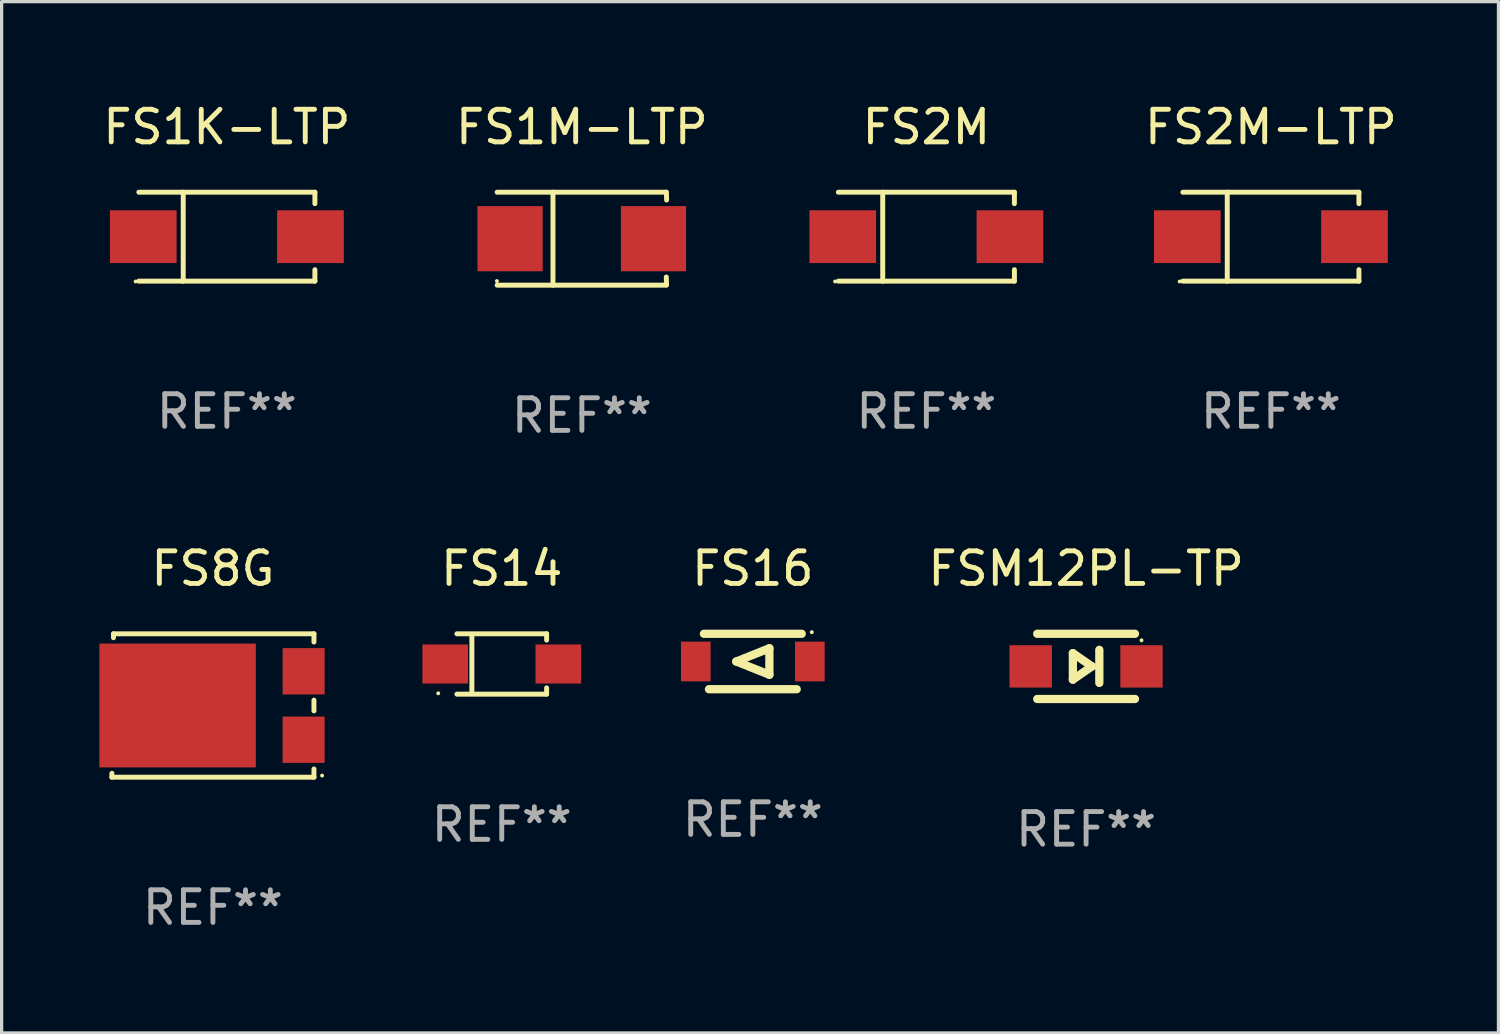
<source format=kicad_pcb>
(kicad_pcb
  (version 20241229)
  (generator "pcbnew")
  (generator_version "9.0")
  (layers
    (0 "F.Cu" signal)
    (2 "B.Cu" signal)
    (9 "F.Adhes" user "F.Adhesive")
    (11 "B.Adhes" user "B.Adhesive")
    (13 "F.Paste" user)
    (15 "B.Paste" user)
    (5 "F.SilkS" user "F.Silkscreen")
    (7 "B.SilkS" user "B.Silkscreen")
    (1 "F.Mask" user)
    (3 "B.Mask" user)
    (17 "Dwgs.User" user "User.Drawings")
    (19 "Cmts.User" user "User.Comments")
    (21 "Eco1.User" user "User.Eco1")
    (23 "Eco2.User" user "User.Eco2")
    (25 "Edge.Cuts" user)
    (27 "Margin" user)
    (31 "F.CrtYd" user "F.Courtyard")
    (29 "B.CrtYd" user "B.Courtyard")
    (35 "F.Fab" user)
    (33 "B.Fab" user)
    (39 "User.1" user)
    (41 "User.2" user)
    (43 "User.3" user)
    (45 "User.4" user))
  (footprint "FS2M"
    (layer "F.Cu")
    (at 25.374 4.212)
    (property "Reference" "FS2M" (at 0 -3.364 0) (layer "F.SilkS") (effects (font (size 1 1) (thickness 0.15))))
    (attr through_hole)
    (fp_line (start -2.701 -1.364) (end 2.701 -1.364) (stroke (width 0.152) (type solid)) (layer "F.SilkS"))
    (fp_line (start -2.701 1.364) (end 2.701 1.364) (stroke (width 0.152) (type solid)) (layer "F.SilkS"))
    (fp_line (start -1.339 -1.364) (end -1.339 1.364) (stroke (width 0.152) (type solid)) (layer "F.SilkS"))
    (fp_line (start 2.701 -1.364) (end 2.701 -1.013) (stroke (width 0.152) (type solid)) (layer "F.SilkS"))
    (fp_line (start 2.701 1.364) (end 2.701 1.013) (stroke (width 0.152) (type solid)) (layer "F.SilkS"))
    (fp_circle (center -2.8 1.375) (end -2.77 1.375) (stroke (width 0.06) (type solid)) (fill no) (layer "F.SilkS"))
    (fp_text user "REF**" (at 0 5.364 0) (layer "F.Fab") (effects (font (size 1 1) (thickness 0.15))))
    (pad "1" smd rect (at -2.565 -0.000025) (size 2.046 1.62) (layers "F.Cu" "F.Mask" "F.Paste"))
    (pad "2" smd rect (at 2.565 -0.000025) (size 2.046 1.62) (layers "F.Cu" "F.Mask" "F.Paste")))
  (footprint "FS1K-LTP"
    (layer "F.Cu")
    (at 3.911 4.212)
    (property "Reference" "FS1K-LTP" (at 0 -3.364 0) (layer "F.SilkS") (effects (font (size 1 1) (thickness 0.15))))
    (attr through_hole)
    (fp_line (start -2.701 -1.364) (end 2.701 -1.364) (stroke (width 0.152) (type solid)) (layer "F.SilkS"))
    (fp_line (start -2.701 1.364) (end 2.701 1.364) (stroke (width 0.152) (type solid)) (layer "F.SilkS"))
    (fp_line (start -1.339 -1.364) (end -1.339 1.364) (stroke (width 0.152) (type solid)) (layer "F.SilkS"))
    (fp_line (start 2.701 -1.364) (end 2.701 -1.013) (stroke (width 0.152) (type solid)) (layer "F.SilkS"))
    (fp_line (start 2.701 1.364) (end 2.701 1.013) (stroke (width 0.152) (type solid)) (layer "F.SilkS"))
    (fp_circle (center -2.8 1.375) (end -2.77 1.375) (stroke (width 0.06) (type solid)) (fill no) (layer "F.SilkS"))
    (fp_text user "REF**" (at 0 5.364 0) (layer "F.Fab") (effects (font (size 1 1) (thickness 0.15))))
    (pad "1" smd rect (at -2.565 -0.000025) (size 2.046 1.62) (layers "F.Cu" "F.Mask" "F.Paste"))
    (pad "2" smd rect (at 2.565 -0.000025) (size 2.046 1.62) (layers "F.Cu" "F.Mask" "F.Paste")))
  (footprint "FSM12PL-TP"
    (layer "F.Cu")
    (at 30.275 17.397)
    (property "Reference" "FSM12PL-TP" (at 0 -3 0) (layer "F.SilkS") (effects (font (size 1 1) (thickness 0.15))))
    (attr through_hole)
    (fp_line (start -1.5 -1) (end 1.5 -1) (stroke (width 0.254) (type solid)) (layer "F.SilkS"))
    (fp_line (start -0.406 -0.406) (end 0.178 0) (stroke (width 0.254) (type solid)) (layer "F.SilkS"))
    (fp_line (start -0.406 0.406) (end -0.406 -0.406) (stroke (width 0.254) (type solid)) (layer "F.SilkS"))
    (fp_line (start 0.178 0) (end -0.406 0.406) (stroke (width 0.254) (type solid)) (layer "F.SilkS"))
    (fp_line (start 0.406 0.508) (end 0.406 -0.508) (stroke (width 0.254) (type solid)) (layer "F.SilkS"))
    (fp_line (start 1.5 1) (end -1.5 1) (stroke (width 0.254) (type solid)) (layer "F.SilkS"))
    (fp_circle (center 1.7 -0.8) (end 1.73 -0.8) (stroke (width 0.06) (type solid)) (fill no) (layer "F.SilkS"))
    (fp_text user "REF**" (at 0 5 0) (layer "F.Fab") (effects (font (size 1 1) (thickness 0.15))))
    (pad "1" smd rect (at 1.7 0 180) (size 1.3 1.3) (layers "F.Cu" "F.Mask" "F.Paste"))
    (pad "2" smd rect (at -1.7 0 180) (size 1.3 1.3) (layers "F.Cu" "F.Mask" "F.Paste")))
  (footprint "FS16"
    (layer "F.Cu")
    (at 20.049 17.247)
    (property "Reference" "FS16" (at 0 -2.85 0) (layer "F.SilkS") (effects (font (size 1 1) (thickness 0.15))))
    (attr through_hole)
    (fp_line (start -1.5 -0.85) (end 1.5 -0.85) (stroke (width 0.254) (type solid)) (layer "F.SilkS"))
    (fp_line (start -0.508 0) (end 0.508 -0.406) (stroke (width 0.254) (type solid)) (layer "F.SilkS"))
    (fp_line (start 0.508 -0.406) (end 0.508 0.406) (stroke (width 0.254) (type solid)) (layer "F.SilkS"))
    (fp_line (start 0.508 0.406) (end -0.508 0) (stroke (width 0.254) (type solid)) (layer "F.SilkS"))
    (fp_line (start 1.346 0.85) (end -1.346 0.85) (stroke (width 0.254) (type solid)) (layer "F.SilkS"))
    (fp_circle (center 1.81 -0.9) (end 1.84 -0.9) (stroke (width 0.06) (type solid)) (fill no) (layer "F.SilkS"))
    (fp_text user "REF**" (at 0 4.85 0) (layer "F.Fab") (effects (font (size 1 1) (thickness 0.15))))
    (pad "1" smd rect (at 1.75 0) (size 0.909 1.219) (layers "F.Cu" "F.Mask" "F.Paste"))
    (pad "2" smd rect (at -1.75 0) (size 0.909 1.219) (layers "F.Cu" "F.Mask" "F.Paste")))
  (footprint "FS1M-LTP"
    (layer "F.Cu")
    (at 14.804 4.274)
    (property "Reference" "FS1M-LTP" (at 0 -3.426 0) (layer "F.SilkS") (effects (font (size 1 1) (thickness 0.15))))
    (attr through_hole)
    (fp_line (start -2.6 -1.426) (end 2.593 -1.426) (stroke (width 0.152) (type solid)) (layer "F.SilkS"))
    (fp_line (start -2.6 1.426) (end 2.593 1.426) (stroke (width 0.152) (type solid)) (layer "F.SilkS"))
    (fp_line (start -0.887 -1.426) (end -0.887 1.426) (stroke (width 0.152) (type solid)) (layer "F.SilkS"))
    (fp_line (start 2.59 1.176) (end 2.597 1.415) (stroke (width 0.152) (type solid)) (layer "F.SilkS"))
    (fp_line (start 2.593 -1.426) (end 2.6 -1.187) (stroke (width 0.152) (type solid)) (layer "F.SilkS"))
    (fp_circle (center -2.608 1.3) (end -2.578 1.3) (stroke (width 0.06) (type solid)) (fill no) (layer "F.SilkS"))
    (fp_text user "REF**" (at 0 5.426 0) (layer "F.Fab") (effects (font (size 1 1) (thickness 0.15))))
    (pad "1" smd rect (at -2.203 0 180) (size 2 2) (layers "F.Cu" "F.Mask" "F.Paste"))
    (pad "2" smd rect (at 2.197 0 180) (size 2 2) (layers "F.Cu" "F.Mask" "F.Paste")))
  (footprint "FS2M-LTP"
    (layer "F.Cu")
    (at 35.945 4.212)
    (property "Reference" "FS2M-LTP" (at 0 -3.364 0) (layer "F.SilkS") (effects (font (size 1 1) (thickness 0.15))))
    (attr through_hole)
    (fp_line (start -2.701 -1.364) (end 2.701 -1.364) (stroke (width 0.152) (type solid)) (layer "F.SilkS"))
    (fp_line (start -2.701 1.364) (end 2.701 1.364) (stroke (width 0.152) (type solid)) (layer "F.SilkS"))
    (fp_line (start -1.339 -1.364) (end -1.339 1.364) (stroke (width 0.152) (type solid)) (layer "F.SilkS"))
    (fp_line (start 2.701 -1.364) (end 2.701 -1.013) (stroke (width 0.152) (type solid)) (layer "F.SilkS"))
    (fp_line (start 2.701 1.364) (end 2.701 1.013) (stroke (width 0.152) (type solid)) (layer "F.SilkS"))
    (fp_circle (center -2.8 1.375) (end -2.77 1.375) (stroke (width 0.06) (type solid)) (fill no) (layer "F.SilkS"))
    (fp_text user "REF**" (at 0 5.364 0) (layer "F.Fab") (effects (font (size 1 1) (thickness 0.15))))
    (pad "1" smd rect (at -2.565 -0.000025) (size 2.046 1.62) (layers "F.Cu" "F.Mask" "F.Paste"))
    (pad "2" smd rect (at 2.565 -0.000025) (size 2.046 1.62) (layers "F.Cu" "F.Mask" "F.Paste")))
  (footprint "FS8G"
    (layer "F.Cu")
    (at 3.483 18.597)
    (property "Reference" "FS8G" (at 0 -4.2 0) (layer "F.SilkS") (effects (font (size 1 1) (thickness 0.15))))
    (attr through_hole)
    (fp_line (start -3.1 2.2) (end -3.099 2.08) (stroke (width 0.152) (type solid)) (layer "F.SilkS"))
    (fp_line (start -3.051 -2.08) (end -3.05 -2.2) (stroke (width 0.152) (type solid)) (layer "F.SilkS"))
    (fp_line (start -3.05 -2.2) (end 3.1 -2.2) (stroke (width 0.152) (type solid)) (layer "F.SilkS"))
    (fp_line (start 3.1 -2.2) (end 3.1 -1.948) (stroke (width 0.152) (type solid)) (layer "F.SilkS"))
    (fp_line (start 3.1 -0.165) (end 3.1 0.165) (stroke (width 0.152) (type solid)) (layer "F.SilkS"))
    (fp_line (start 3.1 1.948) (end 3.1 2.2) (stroke (width 0.152) (type solid)) (layer "F.SilkS"))
    (fp_line (start 3.1 2.2) (end -3.1 2.2) (stroke (width 0.152) (type solid)) (layer "F.SilkS"))
    (fp_circle (center 3.35 2.15) (end 3.38 2.15) (stroke (width 0.06) (type solid)) (fill no) (layer "F.SilkS"))
    (fp_text user "REF**" (at 0 6.2 0) (layer "F.Fab") (effects (font (size 1 1) (thickness 0.15))))
    (pad "1" smd rect (at 2.783 1.05) (size 1.29 1.422) (layers "F.Cu" "F.Mask" "F.Paste"))
    (pad "2" smd rect (at 2.783 -1.05) (size 1.29 1.422) (layers "F.Cu" "F.Mask" "F.Paste"))
    (pad "3" smd rect (at -1.083 0 90) (size 3.8 4.8) (layers "F.Cu" "F.Mask" "F.Paste")))
  (footprint "FS14"
    (layer "F.Cu")
    (at 12.346 17.323)
    (property "Reference" "FS14" (at 0 -2.926 0) (layer "F.SilkS") (effects (font (size 1 1) (thickness 0.15))))
    (attr through_hole)
    (fp_line (start -1.376 -0.926) (end 1.376 -0.926) (stroke (width 0.152) (type solid)) (layer "F.SilkS"))
    (fp_line (start -1.376 0.926) (end 1.376 0.926) (stroke (width 0.152) (type solid)) (layer "F.SilkS"))
    (fp_line (start -0.917 -0.876) (end -0.917 0.876) (stroke (width 0.152) (type solid)) (layer "F.SilkS"))
    (fp_line (start 1.376 -0.926) (end 1.376 -0.733) (stroke (width 0.152) (type solid)) (layer "F.SilkS"))
    (fp_line (start 1.376 0.926) (end 1.376 0.733) (stroke (width 0.152) (type solid)) (layer "F.SilkS"))
    (fp_circle (center -1.95 0.9) (end -1.92 0.9) (stroke (width 0.06) (type solid)) (fill no) (layer "F.SilkS"))
    (fp_text user "REF**" (at 0 4.926 0) (layer "F.Fab") (effects (font (size 1 1) (thickness 0.15))))
    (pad "1" smd rect (at -1.735 0) (size 1.4 1.2) (layers "F.Cu" "F.Mask" "F.Paste"))
    (pad "2" smd rect (at 1.735 0) (size 1.4 1.2) (layers "F.Cu" "F.Mask" "F.Paste")))
  (gr_rect
    (start -3 -3)
    (end 42.927 28.645)
    (stroke (width 0.1) (type default))
    (fill no)
    (layer "Edge.Cuts")))
</source>
